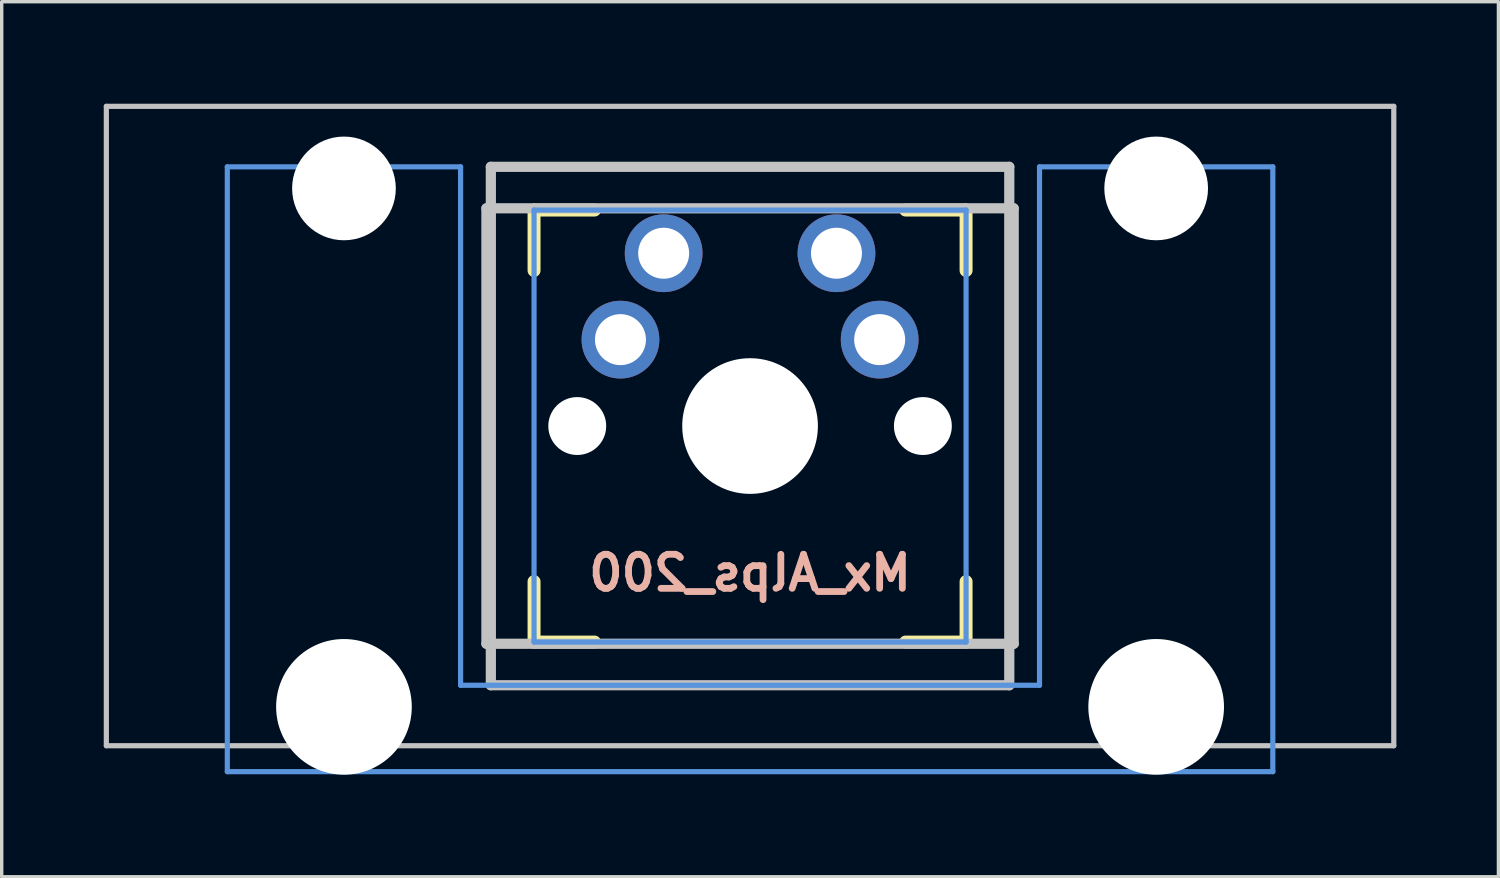
<source format=kicad_pcb>
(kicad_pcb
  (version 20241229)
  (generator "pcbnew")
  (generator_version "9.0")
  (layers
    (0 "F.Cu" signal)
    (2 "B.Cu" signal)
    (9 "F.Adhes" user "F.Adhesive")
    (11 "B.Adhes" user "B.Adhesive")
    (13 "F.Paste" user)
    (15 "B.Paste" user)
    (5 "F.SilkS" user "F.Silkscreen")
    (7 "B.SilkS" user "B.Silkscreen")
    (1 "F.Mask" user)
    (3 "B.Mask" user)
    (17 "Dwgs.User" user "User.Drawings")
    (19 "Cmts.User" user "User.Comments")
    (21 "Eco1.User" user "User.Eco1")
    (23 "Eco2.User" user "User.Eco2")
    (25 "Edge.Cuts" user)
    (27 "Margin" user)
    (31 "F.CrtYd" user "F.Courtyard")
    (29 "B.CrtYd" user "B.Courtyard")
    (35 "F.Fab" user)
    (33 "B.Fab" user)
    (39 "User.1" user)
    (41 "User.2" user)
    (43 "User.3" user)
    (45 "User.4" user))
  (footprint "Mx_Alps_200"
    (layer "F.Cu")
    (at 18.999 9.474)
    (property "Reference" "Mx_Alps_200" (at 0 4.318 0) (layer "B.SilkS") (effects (font (size 1 1) (thickness 0.2)) (justify mirror)))
    (attr through_hole)
    (fp_line (start -6.35 -6.35) (end -4.572 -6.35) (stroke (width 0.381) (type solid)) (layer "F.SilkS"))
    (fp_line (start -6.35 -4.572) (end -6.35 -6.35) (stroke (width 0.381) (type solid)) (layer "F.SilkS"))
    (fp_line (start -6.35 6.35) (end -6.35 4.572) (stroke (width 0.381) (type solid)) (layer "F.SilkS"))
    (fp_line (start -4.572 6.35) (end -6.35 6.35) (stroke (width 0.381) (type solid)) (layer "F.SilkS"))
    (fp_line (start 4.572 -6.35) (end 6.35 -6.35) (stroke (width 0.381) (type solid)) (layer "F.SilkS"))
    (fp_line (start 6.35 -6.35) (end 6.35 -4.572) (stroke (width 0.381) (type solid)) (layer "F.SilkS"))
    (fp_line (start 6.35 4.572) (end 6.35 6.35) (stroke (width 0.381) (type solid)) (layer "F.SilkS"))
    (fp_line (start 6.35 6.35) (end 4.572 6.35) (stroke (width 0.381) (type solid)) (layer "F.SilkS"))
    (fp_line (start -18.923 -9.398) (end 18.923 -9.398) (stroke (width 0.152) (type solid)) (layer "Dwgs.User"))
    (fp_line (start -18.923 9.398) (end -18.923 -9.398) (stroke (width 0.152) (type solid)) (layer "Dwgs.User"))
    (fp_line (start -7.75 6.4) (end -7.75 -6.4) (stroke (width 0.3) (type solid)) (layer "Dwgs.User"))
    (fp_line (start -7.75 6.4) (end 7.75 6.4) (stroke (width 0.3) (type solid)) (layer "Dwgs.User"))
    (fp_line (start -7.62 -7.62) (end 7.62 -7.62) (stroke (width 0.3) (type solid)) (layer "Dwgs.User"))
    (fp_line (start -7.62 7.62) (end -7.62 -7.62) (stroke (width 0.3) (type solid)) (layer "Dwgs.User"))
    (fp_line (start 7.62 -7.62) (end 7.62 7.62) (stroke (width 0.3) (type solid)) (layer "Dwgs.User"))
    (fp_line (start 7.62 7.62) (end -7.62 7.62) (stroke (width 0.3) (type solid)) (layer "Dwgs.User"))
    (fp_line (start 7.75 -6.4) (end -7.75 -6.4) (stroke (width 0.3) (type solid)) (layer "Dwgs.User"))
    (fp_line (start 7.75 6.4) (end 7.75 -6.4) (stroke (width 0.3) (type solid)) (layer "Dwgs.User"))
    (fp_line (start 18.923 -9.398) (end 18.923 9.398) (stroke (width 0.152) (type solid)) (layer "Dwgs.User"))
    (fp_line (start 18.923 9.398) (end -18.923 9.398) (stroke (width 0.152) (type solid)) (layer "Dwgs.User"))
    (fp_line (start -15.367 -7.62) (end -15.367 10.16) (stroke (width 0.152) (type solid)) (layer "Cmts.User"))
    (fp_line (start -15.367 10.16) (end 15.367 10.16) (stroke (width 0.152) (type solid)) (layer "Cmts.User"))
    (fp_line (start -8.509 -7.62) (end -15.367 -7.62) (stroke (width 0.152) (type solid)) (layer "Cmts.User"))
    (fp_line (start -8.509 7.62) (end -8.509 -7.62) (stroke (width 0.152) (type solid)) (layer "Cmts.User"))
    (fp_line (start -6.35 -6.35) (end 6.35 -6.35) (stroke (width 0.152) (type solid)) (layer "Cmts.User"))
    (fp_line (start -6.35 6.35) (end -6.35 -6.35) (stroke (width 0.152) (type solid)) (layer "Cmts.User"))
    (fp_line (start 6.35 -6.35) (end 6.35 6.35) (stroke (width 0.152) (type solid)) (layer "Cmts.User"))
    (fp_line (start 6.35 6.35) (end -6.35 6.35) (stroke (width 0.152) (type solid)) (layer "Cmts.User"))
    (fp_line (start 8.509 -7.62) (end 8.509 7.62) (stroke (width 0.152) (type solid)) (layer "Cmts.User"))
    (fp_line (start 8.509 7.62) (end -8.509 7.62) (stroke (width 0.152) (type solid)) (layer "Cmts.User"))
    (fp_line (start 15.367 -7.62) (end 8.509 -7.62) (stroke (width 0.152) (type solid)) (layer "Cmts.User"))
    (fp_line (start 15.367 10.16) (end 15.367 -7.62) (stroke (width 0.152) (type solid)) (layer "Cmts.User"))
    (fp_line (start -16.129 -2.286) (end -15.265 -2.286) (stroke (width 0.152) (type solid)) (layer "Eco2.User"))
    (fp_line (start -16.129 0.508) (end -16.129 -2.286) (stroke (width 0.152) (type solid)) (layer "Eco2.User"))
    (fp_line (start -15.265 -5.69) (end -8.611 -5.69) (stroke (width 0.152) (type solid)) (layer "Eco2.User"))
    (fp_line (start -15.265 -2.286) (end -15.265 -5.69) (stroke (width 0.152) (type solid)) (layer "Eco2.User"))
    (fp_line (start -15.265 0.508) (end -16.129 0.508) (stroke (width 0.152) (type solid)) (layer "Eco2.User"))
    (fp_line (start -15.265 6.604) (end -15.265 0.508) (stroke (width 0.152) (type solid)) (layer "Eco2.User"))
    (fp_line (start -14.224 6.604) (end -15.265 6.604) (stroke (width 0.152) (type solid)) (layer "Eco2.User"))
    (fp_line (start -14.224 7.772) (end -14.224 6.604) (stroke (width 0.152) (type solid)) (layer "Eco2.User"))
    (fp_line (start -9.652 6.604) (end -9.652 7.772) (stroke (width 0.152) (type solid)) (layer "Eco2.User"))
    (fp_line (start -9.652 7.772) (end -14.224 7.772) (stroke (width 0.152) (type solid)) (layer "Eco2.User"))
    (fp_line (start -8.611 -5.69) (end -8.611 -4.877) (stroke (width 0.152) (type solid)) (layer "Eco2.User"))
    (fp_line (start -8.611 -4.877) (end -6.985 -4.877) (stroke (width 0.152) (type solid)) (layer "Eco2.User"))
    (fp_line (start -8.611 5.817) (end -8.611 6.604) (stroke (width 0.152) (type solid)) (layer "Eco2.User"))
    (fp_line (start -8.611 6.604) (end -9.652 6.604) (stroke (width 0.152) (type solid)) (layer "Eco2.User"))
    (fp_line (start -6.985 -6.985) (end 6.985 -6.985) (stroke (width 0.152) (type solid)) (layer "Eco2.User"))
    (fp_line (start -6.985 -4.877) (end -6.985 -6.985) (stroke (width 0.152) (type solid)) (layer "Eco2.User"))
    (fp_line (start -6.985 5.817) (end -8.611 5.817) (stroke (width 0.152) (type solid)) (layer "Eco2.User"))
    (fp_line (start -6.985 6.985) (end -6.985 5.817) (stroke (width 0.152) (type solid)) (layer "Eco2.User"))
    (fp_line (start 6.985 -6.985) (end 6.985 -4.877) (stroke (width 0.152) (type solid)) (layer "Eco2.User"))
    (fp_line (start 6.985 -4.877) (end 8.611 -4.877) (stroke (width 0.152) (type solid)) (layer "Eco2.User"))
    (fp_line (start 6.985 5.817) (end 6.985 6.985) (stroke (width 0.152) (type solid)) (layer "Eco2.User"))
    (fp_line (start 6.985 6.985) (end -6.985 6.985) (stroke (width 0.152) (type solid)) (layer "Eco2.User"))
    (fp_line (start 8.611 -5.69) (end 15.265 -5.69) (stroke (width 0.152) (type solid)) (layer "Eco2.User"))
    (fp_line (start 8.611 -4.877) (end 8.611 -5.69) (stroke (width 0.152) (type solid)) (layer "Eco2.User"))
    (fp_line (start 8.611 5.817) (end 6.985 5.817) (stroke (width 0.152) (type solid)) (layer "Eco2.User"))
    (fp_line (start 8.611 6.604) (end 8.611 5.817) (stroke (width 0.152) (type solid)) (layer "Eco2.User"))
    (fp_line (start 9.652 6.604) (end 8.611 6.604) (stroke (width 0.152) (type solid)) (layer "Eco2.User"))
    (fp_line (start 9.652 7.772) (end 9.652 6.604) (stroke (width 0.152) (type solid)) (layer "Eco2.User"))
    (fp_line (start 14.224 6.604) (end 14.224 7.772) (stroke (width 0.152) (type solid)) (layer "Eco2.User"))
    (fp_line (start 14.224 7.772) (end 9.652 7.772) (stroke (width 0.152) (type solid)) (layer "Eco2.User"))
    (fp_line (start 15.265 -5.69) (end 15.265 -2.286) (stroke (width 0.152) (type solid)) (layer "Eco2.User"))
    (fp_line (start 15.265 -2.286) (end 16.129 -2.286) (stroke (width 0.152) (type solid)) (layer "Eco2.User"))
    (fp_line (start 15.265 0.508) (end 15.265 6.604) (stroke (width 0.152) (type solid)) (layer "Eco2.User"))
    (fp_line (start 15.265 6.604) (end 14.224 6.604) (stroke (width 0.152) (type solid)) (layer "Eco2.User"))
    (fp_line (start 16.129 -2.286) (end 16.129 0.508) (stroke (width 0.152) (type solid)) (layer "Eco2.User"))
    (fp_line (start 16.129 0.508) (end 15.265 0.508) (stroke (width 0.152) (type solid)) (layer "Eco2.User"))
    (pad "" np_thru_hole circle (at -11.938 -6.985) (size 3.048 3.048) (drill 3.048) (layers "*.Cu"))
    (pad "" np_thru_hole circle (at -11.938 8.255) (size 3.988 3.988) (drill 3.988) (layers "*.Cu"))
    (pad "" np_thru_hole circle (at -5.08 0) (size 1.702 1.702) (drill 1.702) (layers "*.Cu"))
    (pad "" np_thru_hole circle (at 0 0) (size 3.988 3.988) (drill 3.988) (layers "*.Cu"))
    (pad "" np_thru_hole circle (at 5.08 0) (size 1.702 1.702) (drill 1.702) (layers "*.Cu"))
    (pad "" np_thru_hole circle (at 11.938 -6.985) (size 3.048 3.048) (drill 3.048) (layers "*.Cu"))
    (pad "" np_thru_hole circle (at 11.938 8.255) (size 3.988 3.988) (drill 3.988) (layers "*.Cu"))
    (pad "1" thru_hole circle (at -3.81 -2.54) (size 2.286 2.286) (drill 1.499) (layers "*.Cu" "*.Mask"))
    (pad "1" thru_hole circle (at -2.54 -5.08) (size 2.286 2.286) (drill 1.499) (layers "*.Cu" "*.Mask"))
    (pad "2" thru_hole circle (at 2.54 -5.08) (size 2.286 2.286) (drill 1.499) (layers "*.Cu" "*.Mask"))
    (pad "2" thru_hole circle (at 3.81 -2.54) (size 2.286 2.286) (drill 1.499) (layers "*.Cu" "*.Mask")))
  (gr_rect
    (start -3 -3)
    (end 40.998 22.723)
    (stroke (width 0.1) (type default))
    (fill no)
    (layer "Edge.Cuts")))
</source>
